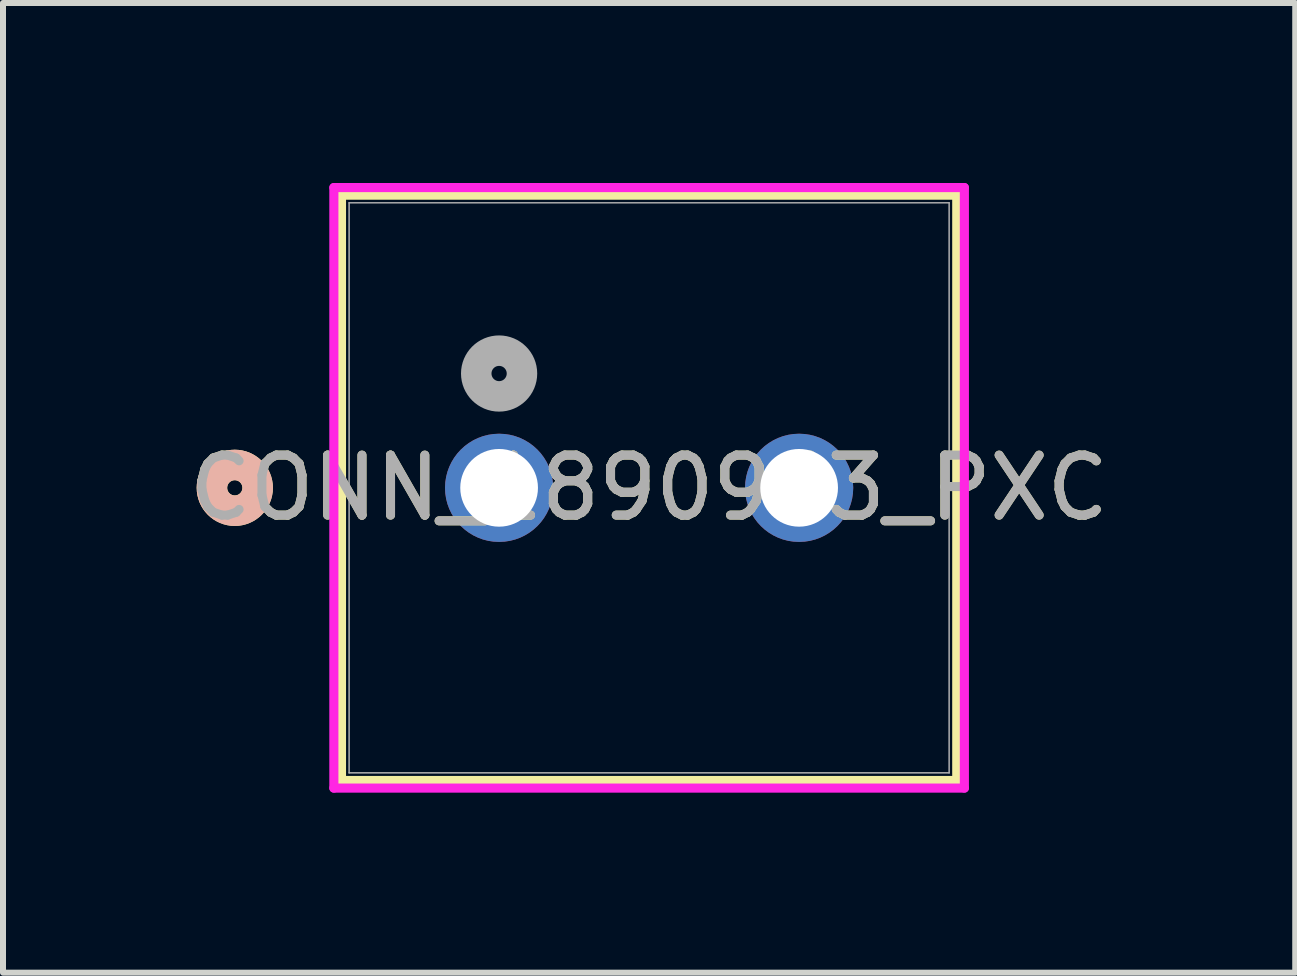
<source format=kicad_pcb>
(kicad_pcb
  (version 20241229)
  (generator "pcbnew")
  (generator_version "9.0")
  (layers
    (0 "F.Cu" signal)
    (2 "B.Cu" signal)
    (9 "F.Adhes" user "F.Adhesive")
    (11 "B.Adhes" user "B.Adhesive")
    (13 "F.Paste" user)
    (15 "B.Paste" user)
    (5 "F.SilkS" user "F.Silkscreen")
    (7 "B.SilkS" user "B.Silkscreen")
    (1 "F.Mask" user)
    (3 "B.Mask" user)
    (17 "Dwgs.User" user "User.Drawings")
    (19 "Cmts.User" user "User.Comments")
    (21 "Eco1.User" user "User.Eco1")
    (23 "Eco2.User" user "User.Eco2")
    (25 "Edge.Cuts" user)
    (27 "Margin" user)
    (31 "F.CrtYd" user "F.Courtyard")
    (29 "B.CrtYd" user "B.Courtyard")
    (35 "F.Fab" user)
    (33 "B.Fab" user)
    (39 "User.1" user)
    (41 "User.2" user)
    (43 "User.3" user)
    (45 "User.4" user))
  (footprint "CONN_1890963_PXC"
    (layer "F.Cu")
    (at 5.268 5.08)
    (property "Reference" "CONN_1890963_PXC" (at 2.5 0 0) (unlocked yes) (layer "F.SilkS") (effects (font (size 1 1) (thickness 0.15))))
    (attr through_hole)
    (fp_line (start -2.627 -4.877) (end -2.627 4.877) (stroke (width 0.152) (type solid)) (layer "F.SilkS"))
    (fp_line (start -2.627 4.877) (end 7.627 4.877) (stroke (width 0.152) (type solid)) (layer "F.SilkS"))
    (fp_line (start 7.627 -4.877) (end -2.627 -4.877) (stroke (width 0.152) (type solid)) (layer "F.SilkS"))
    (fp_line (start 7.627 4.877) (end 7.627 -4.877) (stroke (width 0.152) (type solid)) (layer "F.SilkS"))
    (fp_circle (center -4.405 0) (end -4.024 0) (stroke (width 0.508) (type solid)) (fill no) (layer "F.SilkS"))
    (fp_circle (center -4.405 0) (end -4.024 0) (stroke (width 0.508) (type solid)) (fill no) (layer "B.SilkS"))
    (fp_line (start -2.754 -5.004) (end -2.754 5.004) (stroke (width 0.152) (type solid)) (layer "F.CrtYd"))
    (fp_line (start -2.754 5.004) (end 7.754 5.004) (stroke (width 0.152) (type solid)) (layer "F.CrtYd"))
    (fp_line (start 7.754 -5.004) (end -2.754 -5.004) (stroke (width 0.152) (type solid)) (layer "F.CrtYd"))
    (fp_line (start 7.754 5.004) (end 7.754 -5.004) (stroke (width 0.152) (type solid)) (layer "F.CrtYd"))
    (fp_line (start -2.5 -4.75) (end -2.5 4.75) (stroke (width 0.025) (type solid)) (layer "F.Fab"))
    (fp_line (start -2.5 4.75) (end 7.5 4.75) (stroke (width 0.025) (type solid)) (layer "F.Fab"))
    (fp_line (start 7.5 -4.75) (end -2.5 -4.75) (stroke (width 0.025) (type solid)) (layer "F.Fab"))
    (fp_line (start 7.5 4.75) (end 7.5 -4.75) (stroke (width 0.025) (type solid)) (layer "F.Fab"))
    (fp_circle (center 0 -1.905) (end 0.381 -1.905) (stroke (width 0.508) (type solid)) (fill no) (layer "F.Fab"))
    (fp_text user "${REFERENCE}" (at 2.5 0 0) (unlocked yes) (layer "F.Fab") (effects (font (size 1 1) (thickness 0.15))))
    (pad "1" thru_hole circle (at 0 0) (size 1.803 1.803) (drill 1.295) (layers "*.Cu" "*.Mask"))
    (pad "2" thru_hole circle (at 5 0) (size 1.803 1.803) (drill 1.295) (layers "*.Cu" "*.Mask")))
  (gr_rect
    (start -3 -3)
    (end 18.536 13.16)
    (stroke (width 0.1) (type default))
    (fill no)
    (layer "Edge.Cuts")))
</source>
